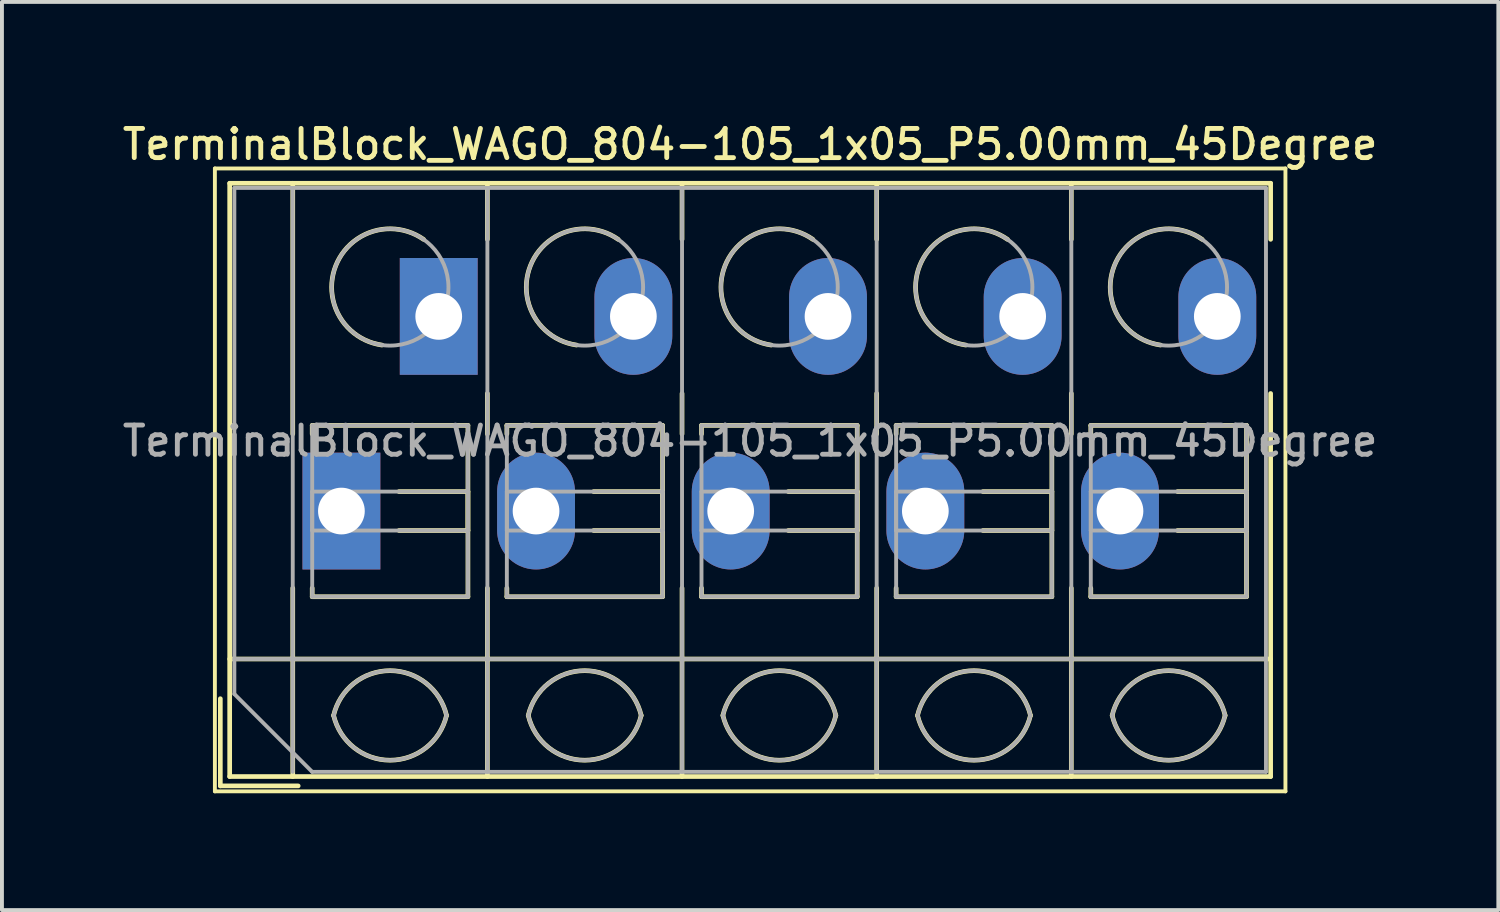
<source format=kicad_pcb>
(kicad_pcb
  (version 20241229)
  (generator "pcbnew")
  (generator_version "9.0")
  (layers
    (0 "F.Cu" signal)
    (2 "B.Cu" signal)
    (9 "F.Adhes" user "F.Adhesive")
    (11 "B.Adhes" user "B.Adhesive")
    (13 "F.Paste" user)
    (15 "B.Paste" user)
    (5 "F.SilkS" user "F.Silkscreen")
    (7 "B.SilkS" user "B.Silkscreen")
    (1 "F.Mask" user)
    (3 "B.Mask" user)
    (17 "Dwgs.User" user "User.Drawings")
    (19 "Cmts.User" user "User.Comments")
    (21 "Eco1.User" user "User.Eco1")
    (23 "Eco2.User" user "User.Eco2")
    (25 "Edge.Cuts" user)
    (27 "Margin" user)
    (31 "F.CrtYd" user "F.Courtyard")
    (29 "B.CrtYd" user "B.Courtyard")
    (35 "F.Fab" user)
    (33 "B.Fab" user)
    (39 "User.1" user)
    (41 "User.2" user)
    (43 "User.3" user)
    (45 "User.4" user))
  (footprint "TerminalBlock_WAGO_804-105_1x05_P5.00mm_45Degree"
    (layer "F.Cu")
    (at 5.72 10.078)
    (property "Reference" "TerminalBlock_WAGO_804-105_1x05_P5.00mm_45Degree" (at 10.5 -9.42 0) (layer "F.SilkS") (effects (font (size 0.75 0.75) (thickness 0.125))))
    (attr through_hole)
    (fp_line (start -3.25 -8.8) (end -3.25 7.2) (stroke (width 0.1) (type solid)) (layer "F.SilkS"))
    (fp_line (start -3.25 7.2) (end 24.25 7.2) (stroke (width 0.1) (type solid)) (layer "F.SilkS"))
    (fp_line (start -3.11 4.82) (end -3.11 7.06) (stroke (width 0.12) (type solid)) (layer "F.SilkS"))
    (fp_line (start -3.11 7.06) (end -1.11 7.06) (stroke (width 0.12) (type solid)) (layer "F.SilkS"))
    (fp_line (start -2.87 -8.42) (end -2.87 6.82) (stroke (width 0.12) (type solid)) (layer "F.SilkS"))
    (fp_line (start -2.87 -8.42) (end 23.87 -8.42) (stroke (width 0.12) (type solid)) (layer "F.SilkS"))
    (fp_line (start -2.87 3.8) (end 23.87 3.8) (stroke (width 0.12) (type solid)) (layer "F.SilkS"))
    (fp_line (start -2.87 6.82) (end 23.87 6.82) (stroke (width 0.12) (type solid)) (layer "F.SilkS"))
    (fp_line (start -1.25 -8.42) (end -1.25 -1.98) (stroke (width 0.12) (type solid)) (layer "F.SilkS"))
    (fp_line (start -1.25 1.98) (end -1.25 6.82) (stroke (width 0.12) (type solid)) (layer "F.SilkS"))
    (fp_line (start -0.75 -2.2) (end -0.75 -1.98) (stroke (width 0.12) (type solid)) (layer "F.SilkS"))
    (fp_line (start -0.75 -2.2) (end 3.25 -2.2) (stroke (width 0.12) (type solid)) (layer "F.SilkS"))
    (fp_line (start -0.75 1.98) (end -0.75 2.2) (stroke (width 0.12) (type solid)) (layer "F.SilkS"))
    (fp_line (start -0.75 2.2) (end 3.25 2.2) (stroke (width 0.12) (type solid)) (layer "F.SilkS"))
    (fp_line (start 1.48 -0.5) (end 3.25 -0.5) (stroke (width 0.12) (type solid)) (layer "F.SilkS"))
    (fp_line (start 1.48 0.5) (end 3.25 0.5) (stroke (width 0.12) (type solid)) (layer "F.SilkS"))
    (fp_line (start 3.25 -2.2) (end 3.25 2.2) (stroke (width 0.12) (type solid)) (layer "F.SilkS"))
    (fp_line (start 3.25 -0.5) (end 3.25 0.5) (stroke (width 0.12) (type solid)) (layer "F.SilkS"))
    (fp_line (start 3.75 -8.42) (end 3.75 -6.98) (stroke (width 0.12) (type solid)) (layer "F.SilkS"))
    (fp_line (start 3.75 -3.02) (end 3.75 -1.98) (stroke (width 0.12) (type solid)) (layer "F.SilkS"))
    (fp_line (start 3.75 1.98) (end 3.75 6.82) (stroke (width 0.12) (type solid)) (layer "F.SilkS"))
    (fp_line (start 4.25 -2.2) (end 4.25 -1.98) (stroke (width 0.12) (type solid)) (layer "F.SilkS"))
    (fp_line (start 4.25 -2.2) (end 8.25 -2.2) (stroke (width 0.12) (type solid)) (layer "F.SilkS"))
    (fp_line (start 4.25 1.98) (end 4.25 2.2) (stroke (width 0.12) (type solid)) (layer "F.SilkS"))
    (fp_line (start 4.25 2.2) (end 8.25 2.2) (stroke (width 0.12) (type solid)) (layer "F.SilkS"))
    (fp_line (start 6.48 -0.5) (end 8.25 -0.5) (stroke (width 0.12) (type solid)) (layer "F.SilkS"))
    (fp_line (start 6.48 0.5) (end 8.25 0.5) (stroke (width 0.12) (type solid)) (layer "F.SilkS"))
    (fp_line (start 8.25 -2.2) (end 8.25 2.2) (stroke (width 0.12) (type solid)) (layer "F.SilkS"))
    (fp_line (start 8.25 -0.5) (end 8.25 0.5) (stroke (width 0.12) (type solid)) (layer "F.SilkS"))
    (fp_line (start 8.75 -8.42) (end 8.75 -6.98) (stroke (width 0.12) (type solid)) (layer "F.SilkS"))
    (fp_line (start 8.75 -3.02) (end 8.75 -1.98) (stroke (width 0.12) (type solid)) (layer "F.SilkS"))
    (fp_line (start 8.75 1.98) (end 8.75 6.82) (stroke (width 0.12) (type solid)) (layer "F.SilkS"))
    (fp_line (start 9.25 -2.2) (end 9.25 -1.98) (stroke (width 0.12) (type solid)) (layer "F.SilkS"))
    (fp_line (start 9.25 -2.2) (end 13.25 -2.2) (stroke (width 0.12) (type solid)) (layer "F.SilkS"))
    (fp_line (start 9.25 1.98) (end 9.25 2.2) (stroke (width 0.12) (type solid)) (layer "F.SilkS"))
    (fp_line (start 9.25 2.2) (end 13.25 2.2) (stroke (width 0.12) (type solid)) (layer "F.SilkS"))
    (fp_line (start 11.48 -0.5) (end 13.25 -0.5) (stroke (width 0.12) (type solid)) (layer "F.SilkS"))
    (fp_line (start 11.48 0.5) (end 13.25 0.5) (stroke (width 0.12) (type solid)) (layer "F.SilkS"))
    (fp_line (start 13.25 -2.2) (end 13.25 2.2) (stroke (width 0.12) (type solid)) (layer "F.SilkS"))
    (fp_line (start 13.25 -0.5) (end 13.25 0.5) (stroke (width 0.12) (type solid)) (layer "F.SilkS"))
    (fp_line (start 13.75 -8.42) (end 13.75 -6.98) (stroke (width 0.12) (type solid)) (layer "F.SilkS"))
    (fp_line (start 13.75 -3.02) (end 13.75 -1.98) (stroke (width 0.12) (type solid)) (layer "F.SilkS"))
    (fp_line (start 13.75 1.98) (end 13.75 6.82) (stroke (width 0.12) (type solid)) (layer "F.SilkS"))
    (fp_line (start 14.25 -2.2) (end 14.25 -1.98) (stroke (width 0.12) (type solid)) (layer "F.SilkS"))
    (fp_line (start 14.25 -2.2) (end 18.25 -2.2) (stroke (width 0.12) (type solid)) (layer "F.SilkS"))
    (fp_line (start 14.25 1.98) (end 14.25 2.2) (stroke (width 0.12) (type solid)) (layer "F.SilkS"))
    (fp_line (start 14.25 2.2) (end 18.25 2.2) (stroke (width 0.12) (type solid)) (layer "F.SilkS"))
    (fp_line (start 16.48 -0.5) (end 18.25 -0.5) (stroke (width 0.12) (type solid)) (layer "F.SilkS"))
    (fp_line (start 16.48 0.5) (end 18.25 0.5) (stroke (width 0.12) (type solid)) (layer "F.SilkS"))
    (fp_line (start 18.25 -2.2) (end 18.25 2.2) (stroke (width 0.12) (type solid)) (layer "F.SilkS"))
    (fp_line (start 18.25 -0.5) (end 18.25 0.5) (stroke (width 0.12) (type solid)) (layer "F.SilkS"))
    (fp_line (start 18.75 -8.42) (end 18.75 -6.98) (stroke (width 0.12) (type solid)) (layer "F.SilkS"))
    (fp_line (start 18.75 -3.02) (end 18.75 -1.98) (stroke (width 0.12) (type solid)) (layer "F.SilkS"))
    (fp_line (start 18.75 1.98) (end 18.75 6.82) (stroke (width 0.12) (type solid)) (layer "F.SilkS"))
    (fp_line (start 19.25 -2.2) (end 19.25 -1.98) (stroke (width 0.12) (type solid)) (layer "F.SilkS"))
    (fp_line (start 19.25 -2.2) (end 23.25 -2.2) (stroke (width 0.12) (type solid)) (layer "F.SilkS"))
    (fp_line (start 19.25 1.98) (end 19.25 2.2) (stroke (width 0.12) (type solid)) (layer "F.SilkS"))
    (fp_line (start 19.25 2.2) (end 23.25 2.2) (stroke (width 0.12) (type solid)) (layer "F.SilkS"))
    (fp_line (start 21.48 -0.5) (end 23.25 -0.5) (stroke (width 0.12) (type solid)) (layer "F.SilkS"))
    (fp_line (start 21.48 0.5) (end 23.25 0.5) (stroke (width 0.12) (type solid)) (layer "F.SilkS"))
    (fp_line (start 23.25 -2.2) (end 23.25 2.2) (stroke (width 0.12) (type solid)) (layer "F.SilkS"))
    (fp_line (start 23.25 -0.5) (end 23.25 0.5) (stroke (width 0.12) (type solid)) (layer "F.SilkS"))
    (fp_line (start 23.87 -8.42) (end 23.87 -6.98) (stroke (width 0.12) (type solid)) (layer "F.SilkS"))
    (fp_line (start 23.87 -3.02) (end 23.87 6.82) (stroke (width 0.12) (type solid)) (layer "F.SilkS"))
    (fp_line (start 24.25 -8.8) (end -3.25 -8.8) (stroke (width 0.1) (type solid)) (layer "F.SilkS"))
    (fp_line (start 24.25 7.2) (end 24.25 -8.8) (stroke (width 0.1) (type solid)) (layer "F.SilkS"))
    (fp_arc (start -0.200865 5.250424) (mid 1.250296 4.099926) (end 2.701 5.251) (stroke (width 0.12) (type solid)) (layer "F.SilkS"))
    (fp_arc (start 1.040798 -4.264067) (mid -0.146039 -6.300306) (end 2.111 -6.979) (stroke (width 0.12) (type solid)) (layer "F.SilkS"))
    (fp_arc (start 2.7 5.25) (mid 1.250068 6.400101) (end -0.199969 5.250133) (stroke (width 0.12) (type solid)) (layer "F.SilkS"))
    (fp_arc (start 4.799135 5.250424) (mid 6.250296 4.099926) (end 7.701 5.251) (stroke (width 0.12) (type solid)) (layer "F.SilkS"))
    (fp_arc (start 6.040798 -4.264067) (mid 4.853961 -6.300306) (end 7.111 -6.979) (stroke (width 0.12) (type solid)) (layer "F.SilkS"))
    (fp_arc (start 7.7 5.25) (mid 6.250068 6.400101) (end 4.800031 5.250133) (stroke (width 0.12) (type solid)) (layer "F.SilkS"))
    (fp_arc (start 9.799135 5.250424) (mid 11.250296 4.099926) (end 12.701 5.251) (stroke (width 0.12) (type solid)) (layer "F.SilkS"))
    (fp_arc (start 11.040798 -4.264067) (mid 9.853961 -6.300306) (end 12.111 -6.979) (stroke (width 0.12) (type solid)) (layer "F.SilkS"))
    (fp_arc (start 12.7 5.25) (mid 11.250068 6.400101) (end 9.800031 5.250133) (stroke (width 0.12) (type solid)) (layer "F.SilkS"))
    (fp_arc (start 14.799135 5.250424) (mid 16.250296 4.099926) (end 17.701 5.251) (stroke (width 0.12) (type solid)) (layer "F.SilkS"))
    (fp_arc (start 16.040798 -4.264067) (mid 14.853961 -6.300306) (end 17.111 -6.979) (stroke (width 0.12) (type solid)) (layer "F.SilkS"))
    (fp_arc (start 17.7 5.25) (mid 16.250068 6.400101) (end 14.800031 5.250133) (stroke (width 0.12) (type solid)) (layer "F.SilkS"))
    (fp_arc (start 19.799135 5.250424) (mid 21.250296 4.099926) (end 22.701 5.251) (stroke (width 0.12) (type solid)) (layer "F.SilkS"))
    (fp_arc (start 21.040798 -4.264067) (mid 19.853961 -6.300306) (end 22.111 -6.979) (stroke (width 0.12) (type solid)) (layer "F.SilkS"))
    (fp_arc (start 22.7 5.25) (mid 21.250068 6.400101) (end 19.800031 5.250133) (stroke (width 0.12) (type solid)) (layer "F.SilkS"))
    (fp_line (start -2.75 -8.3) (end 23.75 -8.3) (stroke (width 0.1) (type solid)) (layer "F.Fab"))
    (fp_line (start -2.75 3.8) (end 23.75 3.8) (stroke (width 0.1) (type solid)) (layer "F.Fab"))
    (fp_line (start -2.75 4.7) (end -2.75 -8.3) (stroke (width 0.1) (type solid)) (layer "F.Fab"))
    (fp_line (start -1.25 -8.3) (end -1.25 6.7) (stroke (width 0.1) (type solid)) (layer "F.Fab"))
    (fp_line (start -0.75 -2.2) (end -0.75 2.2) (stroke (width 0.1) (type solid)) (layer "F.Fab"))
    (fp_line (start -0.75 -0.5) (end -0.75 0.5) (stroke (width 0.1) (type solid)) (layer "F.Fab"))
    (fp_line (start -0.75 0.5) (end 3.25 0.5) (stroke (width 0.1) (type solid)) (layer "F.Fab"))
    (fp_line (start -0.75 2.2) (end 3.25 2.2) (stroke (width 0.1) (type solid)) (layer "F.Fab"))
    (fp_line (start -0.75 6.7) (end -2.75 4.7) (stroke (width 0.1) (type solid)) (layer "F.Fab"))
    (fp_line (start 3.25 -2.2) (end -0.75 -2.2) (stroke (width 0.1) (type solid)) (layer "F.Fab"))
    (fp_line (start 3.25 -0.5) (end -0.75 -0.5) (stroke (width 0.1) (type solid)) (layer "F.Fab"))
    (fp_line (start 3.25 0.5) (end 3.25 -0.5) (stroke (width 0.1) (type solid)) (layer "F.Fab"))
    (fp_line (start 3.25 2.2) (end 3.25 -2.2) (stroke (width 0.1) (type solid)) (layer "F.Fab"))
    (fp_line (start 3.75 -8.3) (end 3.75 6.7) (stroke (width 0.1) (type solid)) (layer "F.Fab"))
    (fp_line (start 4.25 -2.2) (end 4.25 2.2) (stroke (width 0.1) (type solid)) (layer "F.Fab"))
    (fp_line (start 4.25 -0.5) (end 4.25 0.5) (stroke (width 0.1) (type solid)) (layer "F.Fab"))
    (fp_line (start 4.25 0.5) (end 8.25 0.5) (stroke (width 0.1) (type solid)) (layer "F.Fab"))
    (fp_line (start 4.25 2.2) (end 8.25 2.2) (stroke (width 0.1) (type solid)) (layer "F.Fab"))
    (fp_line (start 8.25 -2.2) (end 4.25 -2.2) (stroke (width 0.1) (type solid)) (layer "F.Fab"))
    (fp_line (start 8.25 -0.5) (end 4.25 -0.5) (stroke (width 0.1) (type solid)) (layer "F.Fab"))
    (fp_line (start 8.25 0.5) (end 8.25 -0.5) (stroke (width 0.1) (type solid)) (layer "F.Fab"))
    (fp_line (start 8.25 2.2) (end 8.25 -2.2) (stroke (width 0.1) (type solid)) (layer "F.Fab"))
    (fp_line (start 8.75 -8.3) (end 8.75 6.7) (stroke (width 0.1) (type solid)) (layer "F.Fab"))
    (fp_line (start 9.25 -2.2) (end 9.25 2.2) (stroke (width 0.1) (type solid)) (layer "F.Fab"))
    (fp_line (start 9.25 -0.5) (end 9.25 0.5) (stroke (width 0.1) (type solid)) (layer "F.Fab"))
    (fp_line (start 9.25 0.5) (end 13.25 0.5) (stroke (width 0.1) (type solid)) (layer "F.Fab"))
    (fp_line (start 9.25 2.2) (end 13.25 2.2) (stroke (width 0.1) (type solid)) (layer "F.Fab"))
    (fp_line (start 13.25 -2.2) (end 9.25 -2.2) (stroke (width 0.1) (type solid)) (layer "F.Fab"))
    (fp_line (start 13.25 -0.5) (end 9.25 -0.5) (stroke (width 0.1) (type solid)) (layer "F.Fab"))
    (fp_line (start 13.25 0.5) (end 13.25 -0.5) (stroke (width 0.1) (type solid)) (layer "F.Fab"))
    (fp_line (start 13.25 2.2) (end 13.25 -2.2) (stroke (width 0.1) (type solid)) (layer "F.Fab"))
    (fp_line (start 13.75 -8.3) (end 13.75 6.7) (stroke (width 0.1) (type solid)) (layer "F.Fab"))
    (fp_line (start 14.25 -2.2) (end 14.25 2.2) (stroke (width 0.1) (type solid)) (layer "F.Fab"))
    (fp_line (start 14.25 -0.5) (end 14.25 0.5) (stroke (width 0.1) (type solid)) (layer "F.Fab"))
    (fp_line (start 14.25 0.5) (end 18.25 0.5) (stroke (width 0.1) (type solid)) (layer "F.Fab"))
    (fp_line (start 14.25 2.2) (end 18.25 2.2) (stroke (width 0.1) (type solid)) (layer "F.Fab"))
    (fp_line (start 18.25 -2.2) (end 14.25 -2.2) (stroke (width 0.1) (type solid)) (layer "F.Fab"))
    (fp_line (start 18.25 -0.5) (end 14.25 -0.5) (stroke (width 0.1) (type solid)) (layer "F.Fab"))
    (fp_line (start 18.25 0.5) (end 18.25 -0.5) (stroke (width 0.1) (type solid)) (layer "F.Fab"))
    (fp_line (start 18.25 2.2) (end 18.25 -2.2) (stroke (width 0.1) (type solid)) (layer "F.Fab"))
    (fp_line (start 18.75 -8.3) (end 18.75 6.7) (stroke (width 0.1) (type solid)) (layer "F.Fab"))
    (fp_line (start 19.25 -2.2) (end 19.25 2.2) (stroke (width 0.1) (type solid)) (layer "F.Fab"))
    (fp_line (start 19.25 -0.5) (end 19.25 0.5) (stroke (width 0.1) (type solid)) (layer "F.Fab"))
    (fp_line (start 19.25 0.5) (end 23.25 0.5) (stroke (width 0.1) (type solid)) (layer "F.Fab"))
    (fp_line (start 19.25 2.2) (end 23.25 2.2) (stroke (width 0.1) (type solid)) (layer "F.Fab"))
    (fp_line (start 23.25 -2.2) (end 19.25 -2.2) (stroke (width 0.1) (type solid)) (layer "F.Fab"))
    (fp_line (start 23.25 -0.5) (end 19.25 -0.5) (stroke (width 0.1) (type solid)) (layer "F.Fab"))
    (fp_line (start 23.25 0.5) (end 23.25 -0.5) (stroke (width 0.1) (type solid)) (layer "F.Fab"))
    (fp_line (start 23.25 2.2) (end 23.25 -2.2) (stroke (width 0.1) (type solid)) (layer "F.Fab"))
    (fp_line (start 23.75 -8.3) (end 23.75 6.7) (stroke (width 0.1) (type solid)) (layer "F.Fab"))
    (fp_line (start 23.75 6.7) (end -0.75 6.7) (stroke (width 0.1) (type solid)) (layer "F.Fab"))
    (fp_arc (start -0.200865 5.250424) (mid 1.250296 4.099926) (end 2.701 5.251) (stroke (width 0.1) (type solid)) (layer "F.Fab"))
    (fp_arc (start 2.7 5.25) (mid 1.250068 6.400101) (end -0.199969 5.250133) (stroke (width 0.1) (type solid)) (layer "F.Fab"))
    (fp_arc (start 4.799135 5.250424) (mid 6.250296 4.099926) (end 7.701 5.251) (stroke (width 0.1) (type solid)) (layer "F.Fab"))
    (fp_arc (start 7.7 5.25) (mid 6.250068 6.400101) (end 4.800031 5.250133) (stroke (width 0.1) (type solid)) (layer "F.Fab"))
    (fp_arc (start 9.799135 5.250424) (mid 11.250296 4.099926) (end 12.701 5.251) (stroke (width 0.1) (type solid)) (layer "F.Fab"))
    (fp_arc (start 12.7 5.25) (mid 11.250068 6.400101) (end 9.800031 5.250133) (stroke (width 0.1) (type solid)) (layer "F.Fab"))
    (fp_arc (start 14.799135 5.250424) (mid 16.250296 4.099926) (end 17.701 5.251) (stroke (width 0.1) (type solid)) (layer "F.Fab"))
    (fp_arc (start 17.7 5.25) (mid 16.250068 6.400101) (end 14.800031 5.250133) (stroke (width 0.1) (type solid)) (layer "F.Fab"))
    (fp_arc (start 19.799135 5.250424) (mid 21.250296 4.099926) (end 22.701 5.251) (stroke (width 0.1) (type solid)) (layer "F.Fab"))
    (fp_arc (start 22.7 5.25) (mid 21.250068 6.400101) (end 19.800031 5.250133) (stroke (width 0.1) (type solid)) (layer "F.Fab"))
    (fp_circle (center 1.25 -5.75) (end 2.75 -5.75) (stroke (width 0.1) (type solid)) (fill no) (layer "F.Fab"))
    (fp_circle (center 6.25 -5.75) (end 7.75 -5.75) (stroke (width 0.1) (type solid)) (fill no) (layer "F.Fab"))
    (fp_circle (center 11.25 -5.75) (end 12.75 -5.75) (stroke (width 0.1) (type solid)) (fill no) (layer "F.Fab"))
    (fp_circle (center 16.25 -5.75) (end 17.75 -5.75) (stroke (width 0.1) (type solid)) (fill no) (layer "F.Fab"))
    (fp_circle (center 21.25 -5.75) (end 22.75 -5.75) (stroke (width 0.1) (type solid)) (fill no) (layer "F.Fab"))
    (fp_text user "${REFERENCE}" (at 10.5 -1.8 0) (layer "F.Fab") (effects (font (size 0.75 0.75) (thickness 0.125))))
    (pad "1" thru_hole rect (at 0 0) (size 2 3) (drill 1.2) (layers "*.Cu" "*.Mask"))
    (pad "1" thru_hole rect (at 2.5 -5) (size 2 3) (drill 1.2) (layers "*.Cu" "*.Mask"))
    (pad "2" thru_hole oval (at 5 0) (size 2 3) (drill 1.2) (layers "*.Cu" "*.Mask"))
    (pad "2" thru_hole oval (at 7.5 -5) (size 2 3) (drill 1.2) (layers "*.Cu" "*.Mask"))
    (pad "3" thru_hole oval (at 10 0) (size 2 3) (drill 1.2) (layers "*.Cu" "*.Mask"))
    (pad "3" thru_hole oval (at 12.5 -5) (size 2 3) (drill 1.2) (layers "*.Cu" "*.Mask"))
    (pad "4" thru_hole oval (at 15 0) (size 2 3) (drill 1.2) (layers "*.Cu" "*.Mask"))
    (pad "4" thru_hole oval (at 17.5 -5) (size 2 3) (drill 1.2) (layers "*.Cu" "*.Mask"))
    (pad "5" thru_hole oval (at 20 0) (size 2 3) (drill 1.2) (layers "*.Cu" "*.Mask"))
    (pad "5" thru_hole oval (at 22.5 -5) (size 2 3) (drill 1.2) (layers "*.Cu" "*.Mask")))
  (gr_rect
    (start -3 -3)
    (end 35.439 20.328)
    (stroke (width 0.1) (type default))
    (fill no)
    (layer "Edge.Cuts")))
</source>
